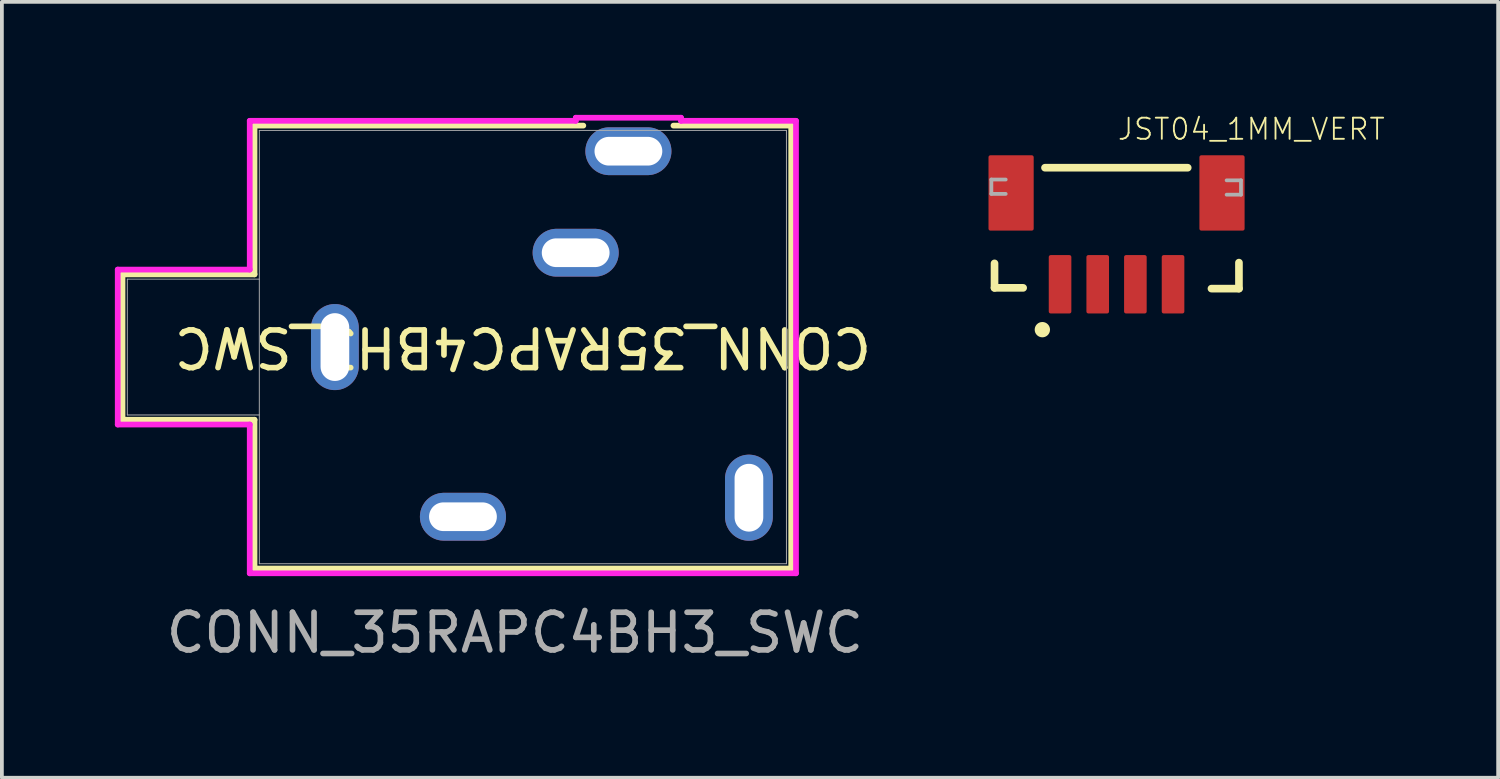
<source format=kicad_pcb>
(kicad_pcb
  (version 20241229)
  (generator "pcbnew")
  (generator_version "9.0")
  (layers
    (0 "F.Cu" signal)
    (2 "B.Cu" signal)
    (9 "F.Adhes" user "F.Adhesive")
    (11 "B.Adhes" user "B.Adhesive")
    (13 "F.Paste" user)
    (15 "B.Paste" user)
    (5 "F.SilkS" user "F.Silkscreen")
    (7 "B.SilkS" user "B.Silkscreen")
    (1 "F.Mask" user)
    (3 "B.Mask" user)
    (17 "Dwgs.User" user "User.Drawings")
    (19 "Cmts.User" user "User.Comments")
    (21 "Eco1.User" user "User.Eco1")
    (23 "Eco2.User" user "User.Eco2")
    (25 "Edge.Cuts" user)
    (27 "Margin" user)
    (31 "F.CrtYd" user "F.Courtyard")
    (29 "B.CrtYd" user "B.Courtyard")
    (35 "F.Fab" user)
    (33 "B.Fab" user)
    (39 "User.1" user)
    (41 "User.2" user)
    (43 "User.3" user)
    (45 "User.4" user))
  (footprint "CONN_35RAPC4BH3_SWC"
    (layer "F.Cu")
    (at 15.824 6.165)
    (property "Reference" "CONN_35RAPC4BH3_SWC" (at -4.991 0 180) (unlocked yes) (layer "F.SilkS") (effects (font (size 1 1) (thickness 0.15))))
    (attr smd)
    (fp_line (start -15.621 -1.93) (end -12.116 -1.93) (stroke (width 0.152) (type solid)) (layer "F.SilkS"))
    (fp_line (start -15.621 1.93) (end -15.621 -1.93) (stroke (width 0.152) (type solid)) (layer "F.SilkS"))
    (fp_line (start -12.116 -5.88) (end -3.386 -5.88) (stroke (width 0.152) (type solid)) (layer "F.SilkS"))
    (fp_line (start -12.116 -1.93) (end -12.116 -5.88) (stroke (width 0.152) (type solid)) (layer "F.SilkS"))
    (fp_line (start -12.116 1.93) (end -15.621 1.93) (stroke (width 0.152) (type solid)) (layer "F.SilkS"))
    (fp_line (start -12.116 5.88) (end -12.116 1.93) (stroke (width 0.152) (type solid)) (layer "F.SilkS"))
    (fp_line (start -0.993 -5.88) (end 2.134 -5.88) (stroke (width 0.152) (type solid)) (layer "F.SilkS"))
    (fp_line (start 2.134 -5.88) (end 2.134 5.88) (stroke (width 0.152) (type solid)) (layer "F.SilkS"))
    (fp_line (start 2.134 5.88) (end -12.116 5.88) (stroke (width 0.152) (type solid)) (layer "F.SilkS"))
    (fp_line (start -15.748 -2.057) (end -15.748 2.057) (stroke (width 0.152) (type solid)) (layer "F.CrtYd"))
    (fp_line (start -15.748 2.057) (end -12.243 2.057) (stroke (width 0.152) (type solid)) (layer "F.CrtYd"))
    (fp_line (start -12.243 -6.007) (end -12.243 -2.057) (stroke (width 0.152) (type solid)) (layer "F.CrtYd"))
    (fp_line (start -12.243 -2.057) (end -15.748 -2.057) (stroke (width 0.152) (type solid)) (layer "F.CrtYd"))
    (fp_line (start -12.243 2.057) (end -12.243 6.007) (stroke (width 0.152) (type solid)) (layer "F.CrtYd"))
    (fp_line (start -12.243 6.007) (end 2.261 6.007) (stroke (width 0.152) (type solid)) (layer "F.CrtYd"))
    (fp_line (start -3.586 -6.089) (end -3.586 -6.007) (stroke (width 0.152) (type solid)) (layer "F.CrtYd"))
    (fp_line (start -3.586 -6.007) (end -12.243 -6.007) (stroke (width 0.152) (type solid)) (layer "F.CrtYd"))
    (fp_line (start -0.792 -6.089) (end -3.586 -6.089) (stroke (width 0.152) (type solid)) (layer "F.CrtYd"))
    (fp_line (start -0.792 -6.007) (end -0.792 -6.089) (stroke (width 0.152) (type solid)) (layer "F.CrtYd"))
    (fp_line (start 2.261 -6.007) (end -0.792 -6.007) (stroke (width 0.152) (type solid)) (layer "F.CrtYd"))
    (fp_line (start 2.261 6.007) (end 2.261 -6.007) (stroke (width 0.152) (type solid)) (layer "F.CrtYd"))
    (fp_line (start -15.494 -1.803) (end -15.494 1.803) (stroke (width 0.025) (type solid)) (layer "F.Fab"))
    (fp_line (start -15.494 1.803) (end -11.989 1.803) (stroke (width 0.025) (type solid)) (layer "F.Fab"))
    (fp_line (start -11.989 -5.753) (end -11.989 5.753) (stroke (width 0.025) (type solid)) (layer "F.Fab"))
    (fp_line (start -11.989 -1.803) (end -15.494 -1.803) (stroke (width 0.025) (type solid)) (layer "F.Fab"))
    (fp_line (start -11.989 5.753) (end 2.007 5.753) (stroke (width 0.025) (type solid)) (layer "F.Fab"))
    (fp_line (start 2.007 -5.753) (end -11.989 -5.753) (stroke (width 0.025) (type solid)) (layer "F.Fab"))
    (fp_line (start 2.007 5.753) (end 2.007 -5.753) (stroke (width 0.025) (type solid)) (layer "F.Fab"))
    (fp_text user "${REFERENCE}" (at -5.203 7.586 0) (unlocked yes) (layer "F.Fab") (effects (font (size 1 1) (thickness 0.15))))
    (pad "1" thru_hole oval (at -9.982 0 90) (size 2.286 1.27) (drill oval 1.8 0.762) (layers "*.Cu" "*.Mask"))
    (pad "2" thru_hole oval (at -2.189 -5.2) (size 2.286 1.27) (drill oval 1.8 0.762) (layers "*.Cu" "*.Mask"))
    (pad "3" thru_hole oval (at -3.589 -2.505) (size 2.286 1.27) (drill oval 1.8 0.762) (layers "*.Cu" "*.Mask"))
    (pad "4" thru_hole oval (at 1.011 4 90) (size 2.286 1.27) (drill oval 1.8 0.762) (layers "*.Cu" "*.Mask"))
    (pad "5" thru_hole oval (at -6.582 4.505) (size 2.286 1.27) (drill oval 1.8 0.762) (layers "*.Cu" "*.Mask")))
  (footprint "JST04_1MM_VERT"
    (layer "F.Cu")
    (at 26.574 5.273)
    (property "Reference" "JST04_1MM_VERT" (at 0.016 -4.566 0) (layer "F.SilkS") (effects (font (size 0.561 0.561) (thickness 0.049)) (justify left bottom)))
    (fp_line (start -3.218 -1.33) (end -3.218 -0.68) (stroke (width 0.203) (type solid)) (layer "F.SilkS"))
    (fp_line (start -3.218 -0.68) (end -2.458 -0.68) (stroke (width 0.203) (type solid)) (layer "F.SilkS"))
    (fp_line (start 1.912 -3.87) (end -1.878 -3.87) (stroke (width 0.203) (type solid)) (layer "F.SilkS"))
    (fp_line (start 3.272 -1.35) (end 3.272 -0.66) (stroke (width 0.203) (type solid)) (layer "F.SilkS"))
    (fp_line (start 3.272 -0.66) (end 2.542 -0.66) (stroke (width 0.203) (type solid)) (layer "F.SilkS"))
    (fp_circle (center -1.948 0.43) (end -1.846 0.43) (stroke (width 0.203) (type solid)) (fill yes) (layer "F.SilkS"))
    (fp_line (start -3.302 -3.556) (end -3.302 -3.175) (stroke (width 0.1) (type solid)) (layer "F.Fab"))
    (fp_line (start -3.302 -3.175) (end -2.921 -3.175) (stroke (width 0.1) (type solid)) (layer "F.Fab"))
    (fp_line (start -2.921 -3.556) (end -3.302 -3.556) (stroke (width 0.1) (type solid)) (layer "F.Fab"))
    (fp_line (start 2.945 -3.154) (end 3.326 -3.154) (stroke (width 0.1) (type solid)) (layer "F.Fab"))
    (fp_line (start 3.326 -3.535) (end 2.945 -3.535) (stroke (width 0.1) (type solid)) (layer "F.Fab"))
    (fp_line (start 3.326 -3.154) (end 3.326 -3.535) (stroke (width 0.1) (type solid)) (layer "F.Fab"))
    (pad "1" smd roundrect (at -1.478 -0.775) (size 0.6 1.55) (layers "F.Cu" "F.Mask" "F.Paste") (roundrect_rratio 0.085))
    (pad "2" smd roundrect (at -0.478 -0.775) (size 0.6 1.55) (layers "F.Cu" "F.Mask" "F.Paste") (roundrect_rratio 0.085))
    (pad "3" smd roundrect (at 0.522 -0.775) (size 0.6 1.55) (layers "F.Cu" "F.Mask" "F.Paste") (roundrect_rratio 0.085))
    (pad "4" smd roundrect (at 1.522 -0.775) (size 0.6 1.55) (layers "F.Cu" "F.Mask" "F.Paste") (roundrect_rratio 0.085))
    (pad "NC1" smd roundrect (at -2.778 -3.2) (size 1.2 2) (layers "F.Cu" "F.Mask" "F.Paste") (roundrect_rratio 0.042))
    (pad "NC2" smd roundrect (at 2.822 -3.2) (size 1.2 2) (layers "F.Cu" "F.Mask" "F.Paste") (roundrect_rratio 0.042)))
  (gr_rect
    (start -3 -3)
    (end 36.728 17.6)
    (stroke (width 0.1) (type default))
    (fill no)
    (layer "Edge.Cuts")))
</source>
